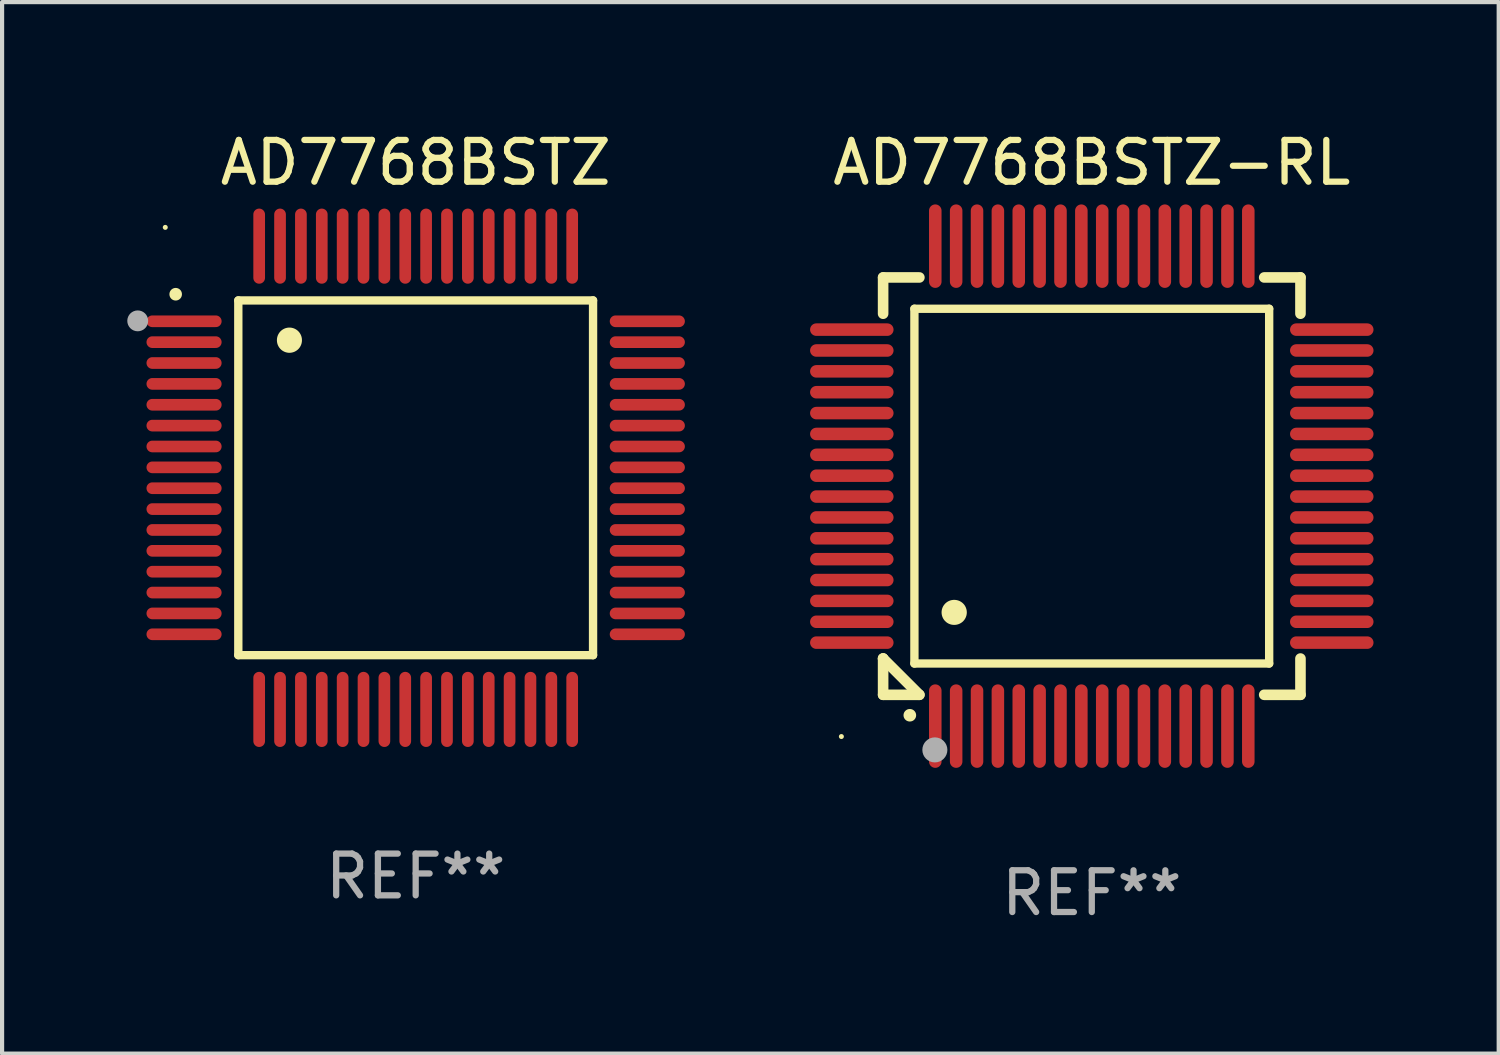
<source format=kicad_pcb>
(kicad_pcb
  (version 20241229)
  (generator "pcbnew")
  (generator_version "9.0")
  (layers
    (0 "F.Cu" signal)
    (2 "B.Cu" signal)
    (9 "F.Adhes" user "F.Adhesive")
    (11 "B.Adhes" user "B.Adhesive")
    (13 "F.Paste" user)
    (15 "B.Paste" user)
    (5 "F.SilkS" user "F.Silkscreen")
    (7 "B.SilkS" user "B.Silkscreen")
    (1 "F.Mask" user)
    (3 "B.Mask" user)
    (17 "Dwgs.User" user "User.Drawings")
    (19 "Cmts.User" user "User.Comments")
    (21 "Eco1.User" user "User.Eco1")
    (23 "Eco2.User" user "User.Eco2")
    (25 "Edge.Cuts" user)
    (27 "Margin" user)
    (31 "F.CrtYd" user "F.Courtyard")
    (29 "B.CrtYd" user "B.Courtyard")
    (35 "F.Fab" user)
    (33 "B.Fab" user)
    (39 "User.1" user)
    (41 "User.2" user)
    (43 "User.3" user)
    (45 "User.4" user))
  (footprint "AD7768BSTZ-RL"
    (layer "F.Cu")
    (at 23.11 8.598)
    (property "Reference" "AD7768BSTZ-RL" (at 0 -7.75 0) (layer "F.SilkS") (effects (font (size 1 1) (thickness 0.15))))
    (attr through_hole)
    (fp_line (start -5 -5) (end -4.131 -5) (stroke (width 0.254) (type solid)) (layer "F.SilkS"))
    (fp_line (start -5 -4.131) (end -5 -5) (stroke (width 0.254) (type solid)) (layer "F.SilkS"))
    (fp_line (start -5 4.131) (end -5 4.131) (stroke (width 0.254) (type solid)) (layer "F.SilkS"))
    (fp_line (start -5 5) (end -5 4.131) (stroke (width 0.254) (type solid)) (layer "F.SilkS"))
    (fp_line (start -5 4.131) (end -4.131 5) (stroke (width 0.254) (type solid)) (layer "F.SilkS"))
    (fp_line (start -4.25 -4.25) (end -4.25 4.25) (stroke (width 0.2) (type solid)) (layer "F.SilkS"))
    (fp_line (start -4.25 4.25) (end 4.25 4.25) (stroke (width 0.2) (type solid)) (layer "F.SilkS"))
    (fp_line (start -4.131 5) (end -5 5) (stroke (width 0.254) (type solid)) (layer "F.SilkS"))
    (fp_line (start 4.25 -4.25) (end -4.25 -4.25) (stroke (width 0.2) (type solid)) (layer "F.SilkS"))
    (fp_line (start 4.25 4.25) (end 4.25 -4.25) (stroke (width 0.2) (type solid)) (layer "F.SilkS"))
    (fp_line (start 5 -5) (end 4.131 -5) (stroke (width 0.254) (type solid)) (layer "F.SilkS"))
    (fp_line (start 5 -5) (end 5 -4.131) (stroke (width 0.254) (type solid)) (layer "F.SilkS"))
    (fp_line (start 5 4.131) (end 5 5) (stroke (width 0.254) (type solid)) (layer "F.SilkS"))
    (fp_line (start 5 5) (end 4.131 5) (stroke (width 0.254) (type solid)) (layer "F.SilkS"))
    (fp_arc (start -4.361265 5.489992) (mid -4.359995 5.489987) (end -4.358725 5.489992) (stroke (width 0.3) (type solid)) (layer "F.SilkS"))
    (fp_arc (start -3.299467 3.025146) (mid -3.296927 3.025135) (end -3.294387 3.025146) (stroke (width 0.6) (type solid)) (layer "F.SilkS"))
    (fp_circle (center -6 6) (end -5.97 6) (stroke (width 0.06) (type solid)) (fill no) (layer "F.SilkS"))
    (fp_circle (center -3.76 6.32) (end -3.61 6.32) (stroke (width 0.3) (type solid)) (fill no) (layer "F.Fab"))
    (fp_text user "REF**" (at 0 9.75 0) (layer "F.Fab") (effects (font (size 1 1) (thickness 0.15))))
    (pad "1" smd oval (at -3.75 5.75) (size 0.3 2) (layers "F.Cu" "F.Mask" "F.Paste"))
    (pad "2" smd oval (at -3.25 5.75) (size 0.3 2) (layers "F.Cu" "F.Mask" "F.Paste"))
    (pad "3" smd oval (at -2.75 5.75) (size 0.3 2) (layers "F.Cu" "F.Mask" "F.Paste"))
    (pad "4" smd oval (at -2.25 5.75) (size 0.3 2) (layers "F.Cu" "F.Mask" "F.Paste"))
    (pad "5" smd oval (at -1.75 5.75) (size 0.3 2) (layers "F.Cu" "F.Mask" "F.Paste"))
    (pad "6" smd oval (at -1.25 5.75) (size 0.3 2) (layers "F.Cu" "F.Mask" "F.Paste"))
    (pad "7" smd oval (at -0.75 5.75) (size 0.3 2) (layers "F.Cu" "F.Mask" "F.Paste"))
    (pad "8" smd oval (at -0.25 5.75) (size 0.3 2) (layers "F.Cu" "F.Mask" "F.Paste"))
    (pad "9" smd oval (at 0.25 5.75) (size 0.3 2) (layers "F.Cu" "F.Mask" "F.Paste"))
    (pad "10" smd oval (at 0.75 5.75) (size 0.3 2) (layers "F.Cu" "F.Mask" "F.Paste"))
    (pad "11" smd oval (at 1.25 5.75) (size 0.3 2) (layers "F.Cu" "F.Mask" "F.Paste"))
    (pad "12" smd oval (at 1.75 5.75) (size 0.3 2) (layers "F.Cu" "F.Mask" "F.Paste"))
    (pad "13" smd oval (at 2.25 5.75) (size 0.3 2) (layers "F.Cu" "F.Mask" "F.Paste"))
    (pad "14" smd oval (at 2.75 5.75) (size 0.3 2) (layers "F.Cu" "F.Mask" "F.Paste"))
    (pad "15" smd oval (at 3.25 5.75) (size 0.3 2) (layers "F.Cu" "F.Mask" "F.Paste"))
    (pad "16" smd oval (at 3.75 5.75) (size 0.3 2) (layers "F.Cu" "F.Mask" "F.Paste"))
    (pad "17" smd oval (at 5.75 3.75) (size 2 0.3) (layers "F.Cu" "F.Mask" "F.Paste"))
    (pad "18" smd oval (at 5.75 3.25) (size 2 0.3) (layers "F.Cu" "F.Mask" "F.Paste"))
    (pad "19" smd oval (at 5.75 2.75) (size 2 0.3) (layers "F.Cu" "F.Mask" "F.Paste"))
    (pad "20" smd oval (at 5.75 2.25) (size 2 0.3) (layers "F.Cu" "F.Mask" "F.Paste"))
    (pad "21" smd oval (at 5.75 1.75) (size 2 0.3) (layers "F.Cu" "F.Mask" "F.Paste"))
    (pad "22" smd oval (at 5.75 1.25) (size 2 0.3) (layers "F.Cu" "F.Mask" "F.Paste"))
    (pad "23" smd oval (at 5.75 0.75) (size 2 0.3) (layers "F.Cu" "F.Mask" "F.Paste"))
    (pad "24" smd oval (at 5.75 0.25) (size 2 0.3) (layers "F.Cu" "F.Mask" "F.Paste"))
    (pad "25" smd oval (at 5.75 -0.25) (size 2 0.3) (layers "F.Cu" "F.Mask" "F.Paste"))
    (pad "26" smd oval (at 5.75 -0.75) (size 2 0.3) (layers "F.Cu" "F.Mask" "F.Paste"))
    (pad "27" smd oval (at 5.75 -1.25) (size 2 0.3) (layers "F.Cu" "F.Mask" "F.Paste"))
    (pad "28" smd oval (at 5.75 -1.75) (size 2 0.3) (layers "F.Cu" "F.Mask" "F.Paste"))
    (pad "29" smd oval (at 5.75 -2.25) (size 2 0.3) (layers "F.Cu" "F.Mask" "F.Paste"))
    (pad "30" smd oval (at 5.75 -2.75) (size 2 0.3) (layers "F.Cu" "F.Mask" "F.Paste"))
    (pad "31" smd oval (at 5.75 -3.25) (size 2 0.3) (layers "F.Cu" "F.Mask" "F.Paste"))
    (pad "32" smd oval (at 5.75 -3.75) (size 2 0.3) (layers "F.Cu" "F.Mask" "F.Paste"))
    (pad "33" smd oval (at 3.75 -5.75) (size 0.3 2) (layers "F.Cu" "F.Mask" "F.Paste"))
    (pad "34" smd oval (at 3.25 -5.75) (size 0.3 2) (layers "F.Cu" "F.Mask" "F.Paste"))
    (pad "35" smd oval (at 2.75 -5.75) (size 0.3 2) (layers "F.Cu" "F.Mask" "F.Paste"))
    (pad "36" smd oval (at 2.25 -5.75) (size 0.3 2) (layers "F.Cu" "F.Mask" "F.Paste"))
    (pad "37" smd oval (at 1.75 -5.75) (size 0.3 2) (layers "F.Cu" "F.Mask" "F.Paste"))
    (pad "38" smd oval (at 1.25 -5.75) (size 0.3 2) (layers "F.Cu" "F.Mask" "F.Paste"))
    (pad "39" smd oval (at 0.75 -5.75) (size 0.3 2) (layers "F.Cu" "F.Mask" "F.Paste"))
    (pad "40" smd oval (at 0.25 -5.75) (size 0.3 2) (layers "F.Cu" "F.Mask" "F.Paste"))
    (pad "41" smd oval (at -0.25 -5.75) (size 0.3 2) (layers "F.Cu" "F.Mask" "F.Paste"))
    (pad "42" smd oval (at -0.75 -5.75) (size 0.3 2) (layers "F.Cu" "F.Mask" "F.Paste"))
    (pad "43" smd oval (at -1.25 -5.75) (size 0.3 2) (layers "F.Cu" "F.Mask" "F.Paste"))
    (pad "44" smd oval (at -1.75 -5.75) (size 0.3 2) (layers "F.Cu" "F.Mask" "F.Paste"))
    (pad "45" smd oval (at -2.25 -5.75) (size 0.3 2) (layers "F.Cu" "F.Mask" "F.Paste"))
    (pad "46" smd oval (at -2.75 -5.75) (size 0.3 2) (layers "F.Cu" "F.Mask" "F.Paste"))
    (pad "47" smd oval (at -3.25 -5.75) (size 0.3 2) (layers "F.Cu" "F.Mask" "F.Paste"))
    (pad "48" smd oval (at -3.75 -5.75) (size 0.3 2) (layers "F.Cu" "F.Mask" "F.Paste"))
    (pad "49" smd oval (at -5.75 -3.75) (size 2 0.3) (layers "F.Cu" "F.Mask" "F.Paste"))
    (pad "50" smd oval (at -5.75 -3.25) (size 2 0.3) (layers "F.Cu" "F.Mask" "F.Paste"))
    (pad "51" smd oval (at -5.75 -2.75) (size 2 0.3) (layers "F.Cu" "F.Mask" "F.Paste"))
    (pad "52" smd oval (at -5.75 -2.25) (size 2 0.3) (layers "F.Cu" "F.Mask" "F.Paste"))
    (pad "53" smd oval (at -5.75 -1.75) (size 2 0.3) (layers "F.Cu" "F.Mask" "F.Paste"))
    (pad "54" smd oval (at -5.75 -1.25) (size 2 0.3) (layers "F.Cu" "F.Mask" "F.Paste"))
    (pad "55" smd oval (at -5.75 -0.75) (size 2 0.3) (layers "F.Cu" "F.Mask" "F.Paste"))
    (pad "56" smd oval (at -5.75 -0.25) (size 2 0.3) (layers "F.Cu" "F.Mask" "F.Paste"))
    (pad "57" smd oval (at -5.75 0.25) (size 2 0.3) (layers "F.Cu" "F.Mask" "F.Paste"))
    (pad "58" smd oval (at -5.75 0.75) (size 2 0.3) (layers "F.Cu" "F.Mask" "F.Paste"))
    (pad "59" smd oval (at -5.75 1.25) (size 2 0.3) (layers "F.Cu" "F.Mask" "F.Paste"))
    (pad "60" smd oval (at -5.75 1.75) (size 2 0.3) (layers "F.Cu" "F.Mask" "F.Paste"))
    (pad "61" smd oval (at -5.75 2.25) (size 2 0.3) (layers "F.Cu" "F.Mask" "F.Paste"))
    (pad "62" smd oval (at -5.75 2.75) (size 2 0.3) (layers "F.Cu" "F.Mask" "F.Paste"))
    (pad "63" smd oval (at -5.75 3.25) (size 2 0.3) (layers "F.Cu" "F.Mask" "F.Paste"))
    (pad "64" smd oval (at -5.75 3.75) (size 2 0.3) (layers "F.Cu" "F.Mask" "F.Paste")))
  (footprint "AD7768BSTZ"
    (layer "F.Cu")
    (at 6.91 8.398)
    (property "Reference" "AD7768BSTZ" (at 0 -7.55 0) (layer "F.SilkS") (effects (font (size 1 1) (thickness 0.15))))
    (attr through_hole)
    (fp_line (start -4.25 -4.25) (end -4.25 4.25) (stroke (width 0.2) (type solid)) (layer "F.SilkS"))
    (fp_line (start -4.25 4.25) (end 4.25 4.25) (stroke (width 0.2) (type solid)) (layer "F.SilkS"))
    (fp_line (start 4.25 -4.25) (end -4.25 -4.25) (stroke (width 0.2) (type solid)) (layer "F.SilkS"))
    (fp_line (start 4.25 4.25) (end 4.25 -4.25) (stroke (width 0.2) (type solid)) (layer "F.SilkS"))
    (fp_arc (start -5.750572 -4.396749) (mid -5.750577 -4.398019) (end -5.750572 -4.399289) (stroke (width 0.3) (type solid)) (layer "F.SilkS"))
    (fp_arc (start -3.025146 -3.294387) (mid -3.025157 -3.296927) (end -3.025146 -3.299467) (stroke (width 0.6) (type solid)) (layer "F.SilkS"))
    (fp_circle (center -6 -6) (end -5.97 -6) (stroke (width 0.06) (type solid)) (fill no) (layer "F.SilkS"))
    (fp_circle (center -6.66 -3.76) (end -6.535 -3.76) (stroke (width 0.25) (type solid)) (fill no) (layer "F.Fab"))
    (fp_text user "REF**" (at 0 9.55 0) (layer "F.Fab") (effects (font (size 1 1) (thickness 0.15))))
    (pad "1" smd oval (at -5.55 -3.75) (size 1.8 0.28) (layers "F.Cu" "F.Mask" "F.Paste"))
    (pad "2" smd oval (at -5.55 -3.25) (size 1.8 0.28) (layers "F.Cu" "F.Mask" "F.Paste"))
    (pad "3" smd oval (at -5.55 -2.75) (size 1.8 0.28) (layers "F.Cu" "F.Mask" "F.Paste"))
    (pad "4" smd oval (at -5.55 -2.25) (size 1.8 0.28) (layers "F.Cu" "F.Mask" "F.Paste"))
    (pad "5" smd oval (at -5.55 -1.75) (size 1.8 0.28) (layers "F.Cu" "F.Mask" "F.Paste"))
    (pad "6" smd oval (at -5.55 -1.25) (size 1.8 0.28) (layers "F.Cu" "F.Mask" "F.Paste"))
    (pad "7" smd oval (at -5.55 -0.75) (size 1.8 0.28) (layers "F.Cu" "F.Mask" "F.Paste"))
    (pad "8" smd oval (at -5.55 -0.25) (size 1.8 0.28) (layers "F.Cu" "F.Mask" "F.Paste"))
    (pad "9" smd oval (at -5.55 0.25) (size 1.8 0.28) (layers "F.Cu" "F.Mask" "F.Paste"))
    (pad "10" smd oval (at -5.55 0.75) (size 1.8 0.28) (layers "F.Cu" "F.Mask" "F.Paste"))
    (pad "11" smd oval (at -5.55 1.25) (size 1.8 0.28) (layers "F.Cu" "F.Mask" "F.Paste"))
    (pad "12" smd oval (at -5.55 1.75) (size 1.8 0.28) (layers "F.Cu" "F.Mask" "F.Paste"))
    (pad "13" smd oval (at -5.55 2.25) (size 1.8 0.28) (layers "F.Cu" "F.Mask" "F.Paste"))
    (pad "14" smd oval (at -5.55 2.75) (size 1.8 0.28) (layers "F.Cu" "F.Mask" "F.Paste"))
    (pad "15" smd oval (at -5.55 3.25) (size 1.8 0.28) (layers "F.Cu" "F.Mask" "F.Paste"))
    (pad "16" smd oval (at -5.55 3.75) (size 1.8 0.28) (layers "F.Cu" "F.Mask" "F.Paste"))
    (pad "17" smd oval (at -3.75 5.55) (size 0.28 1.8) (layers "F.Cu" "F.Mask" "F.Paste"))
    (pad "18" smd oval (at -3.25 5.55) (size 0.28 1.8) (layers "F.Cu" "F.Mask" "F.Paste"))
    (pad "19" smd oval (at -2.75 5.55) (size 0.28 1.8) (layers "F.Cu" "F.Mask" "F.Paste"))
    (pad "20" smd oval (at -2.25 5.55) (size 0.28 1.8) (layers "F.Cu" "F.Mask" "F.Paste"))
    (pad "21" smd oval (at -1.75 5.55) (size 0.28 1.8) (layers "F.Cu" "F.Mask" "F.Paste"))
    (pad "22" smd oval (at -1.25 5.55) (size 0.28 1.8) (layers "F.Cu" "F.Mask" "F.Paste"))
    (pad "23" smd oval (at -0.75 5.55) (size 0.28 1.8) (layers "F.Cu" "F.Mask" "F.Paste"))
    (pad "24" smd oval (at -0.25 5.55) (size 0.28 1.8) (layers "F.Cu" "F.Mask" "F.Paste"))
    (pad "25" smd oval (at 0.25 5.55) (size 0.28 1.8) (layers "F.Cu" "F.Mask" "F.Paste"))
    (pad "26" smd oval (at 0.75 5.55) (size 0.28 1.8) (layers "F.Cu" "F.Mask" "F.Paste"))
    (pad "27" smd oval (at 1.25 5.55) (size 0.28 1.8) (layers "F.Cu" "F.Mask" "F.Paste"))
    (pad "28" smd oval (at 1.75 5.55) (size 0.28 1.8) (layers "F.Cu" "F.Mask" "F.Paste"))
    (pad "29" smd oval (at 2.25 5.55) (size 0.28 1.8) (layers "F.Cu" "F.Mask" "F.Paste"))
    (pad "30" smd oval (at 2.75 5.55) (size 0.28 1.8) (layers "F.Cu" "F.Mask" "F.Paste"))
    (pad "31" smd oval (at 3.25 5.55) (size 0.28 1.8) (layers "F.Cu" "F.Mask" "F.Paste"))
    (pad "32" smd oval (at 3.75 5.55) (size 0.28 1.8) (layers "F.Cu" "F.Mask" "F.Paste"))
    (pad "33" smd oval (at 5.55 3.75) (size 1.8 0.28) (layers "F.Cu" "F.Mask" "F.Paste"))
    (pad "34" smd oval (at 5.55 3.25) (size 1.8 0.28) (layers "F.Cu" "F.Mask" "F.Paste"))
    (pad "35" smd oval (at 5.55 2.75) (size 1.8 0.28) (layers "F.Cu" "F.Mask" "F.Paste"))
    (pad "36" smd oval (at 5.55 2.25) (size 1.8 0.28) (layers "F.Cu" "F.Mask" "F.Paste"))
    (pad "37" smd oval (at 5.55 1.75) (size 1.8 0.28) (layers "F.Cu" "F.Mask" "F.Paste"))
    (pad "38" smd oval (at 5.55 1.25) (size 1.8 0.28) (layers "F.Cu" "F.Mask" "F.Paste"))
    (pad "39" smd oval (at 5.55 0.75) (size 1.8 0.28) (layers "F.Cu" "F.Mask" "F.Paste"))
    (pad "40" smd oval (at 5.55 0.25) (size 1.8 0.28) (layers "F.Cu" "F.Mask" "F.Paste"))
    (pad "41" smd oval (at 5.55 -0.25) (size 1.8 0.28) (layers "F.Cu" "F.Mask" "F.Paste"))
    (pad "42" smd oval (at 5.55 -0.75) (size 1.8 0.28) (layers "F.Cu" "F.Mask" "F.Paste"))
    (pad "43" smd oval (at 5.55 -1.25) (size 1.8 0.28) (layers "F.Cu" "F.Mask" "F.Paste"))
    (pad "44" smd oval (at 5.55 -1.75) (size 1.8 0.28) (layers "F.Cu" "F.Mask" "F.Paste"))
    (pad "45" smd oval (at 5.55 -2.25) (size 1.8 0.28) (layers "F.Cu" "F.Mask" "F.Paste"))
    (pad "46" smd oval (at 5.55 -2.75) (size 1.8 0.28) (layers "F.Cu" "F.Mask" "F.Paste"))
    (pad "47" smd oval (at 5.55 -3.25) (size 1.8 0.28) (layers "F.Cu" "F.Mask" "F.Paste"))
    (pad "48" smd oval (at 5.55 -3.75) (size 1.8 0.28) (layers "F.Cu" "F.Mask" "F.Paste"))
    (pad "49" smd oval (at 3.75 -5.55) (size 0.28 1.8) (layers "F.Cu" "F.Mask" "F.Paste"))
    (pad "50" smd oval (at 3.25 -5.55) (size 0.28 1.8) (layers "F.Cu" "F.Mask" "F.Paste"))
    (pad "51" smd oval (at 2.75 -5.55) (size 0.28 1.8) (layers "F.Cu" "F.Mask" "F.Paste"))
    (pad "52" smd oval (at 2.25 -5.55) (size 0.28 1.8) (layers "F.Cu" "F.Mask" "F.Paste"))
    (pad "53" smd oval (at 1.75 -5.55) (size 0.28 1.8) (layers "F.Cu" "F.Mask" "F.Paste"))
    (pad "54" smd oval (at 1.25 -5.55) (size 0.28 1.8) (layers "F.Cu" "F.Mask" "F.Paste"))
    (pad "55" smd oval (at 0.75 -5.55) (size 0.28 1.8) (layers "F.Cu" "F.Mask" "F.Paste"))
    (pad "56" smd oval (at 0.25 -5.55) (size 0.28 1.8) (layers "F.Cu" "F.Mask" "F.Paste"))
    (pad "57" smd oval (at -0.25 -5.55) (size 0.28 1.8) (layers "F.Cu" "F.Mask" "F.Paste"))
    (pad "58" smd oval (at -0.75 -5.55) (size 0.28 1.8) (layers "F.Cu" "F.Mask" "F.Paste"))
    (pad "59" smd oval (at -1.25 -5.55) (size 0.28 1.8) (layers "F.Cu" "F.Mask" "F.Paste"))
    (pad "60" smd oval (at -1.75 -5.55) (size 0.28 1.8) (layers "F.Cu" "F.Mask" "F.Paste"))
    (pad "61" smd oval (at -2.25 -5.55) (size 0.28 1.8) (layers "F.Cu" "F.Mask" "F.Paste"))
    (pad "62" smd oval (at -2.75 -5.55) (size 0.28 1.8) (layers "F.Cu" "F.Mask" "F.Paste"))
    (pad "63" smd oval (at -3.25 -5.55) (size 0.28 1.8) (layers "F.Cu" "F.Mask" "F.Paste"))
    (pad "64" smd oval (at -3.75 -5.55) (size 0.28 1.8) (layers "F.Cu" "F.Mask" "F.Paste")))
  (gr_rect
    (start -3 -3)
    (end 32.86 22.196)
    (stroke (width 0.1) (type default))
    (fill no)
    (layer "Edge.Cuts")))
</source>
